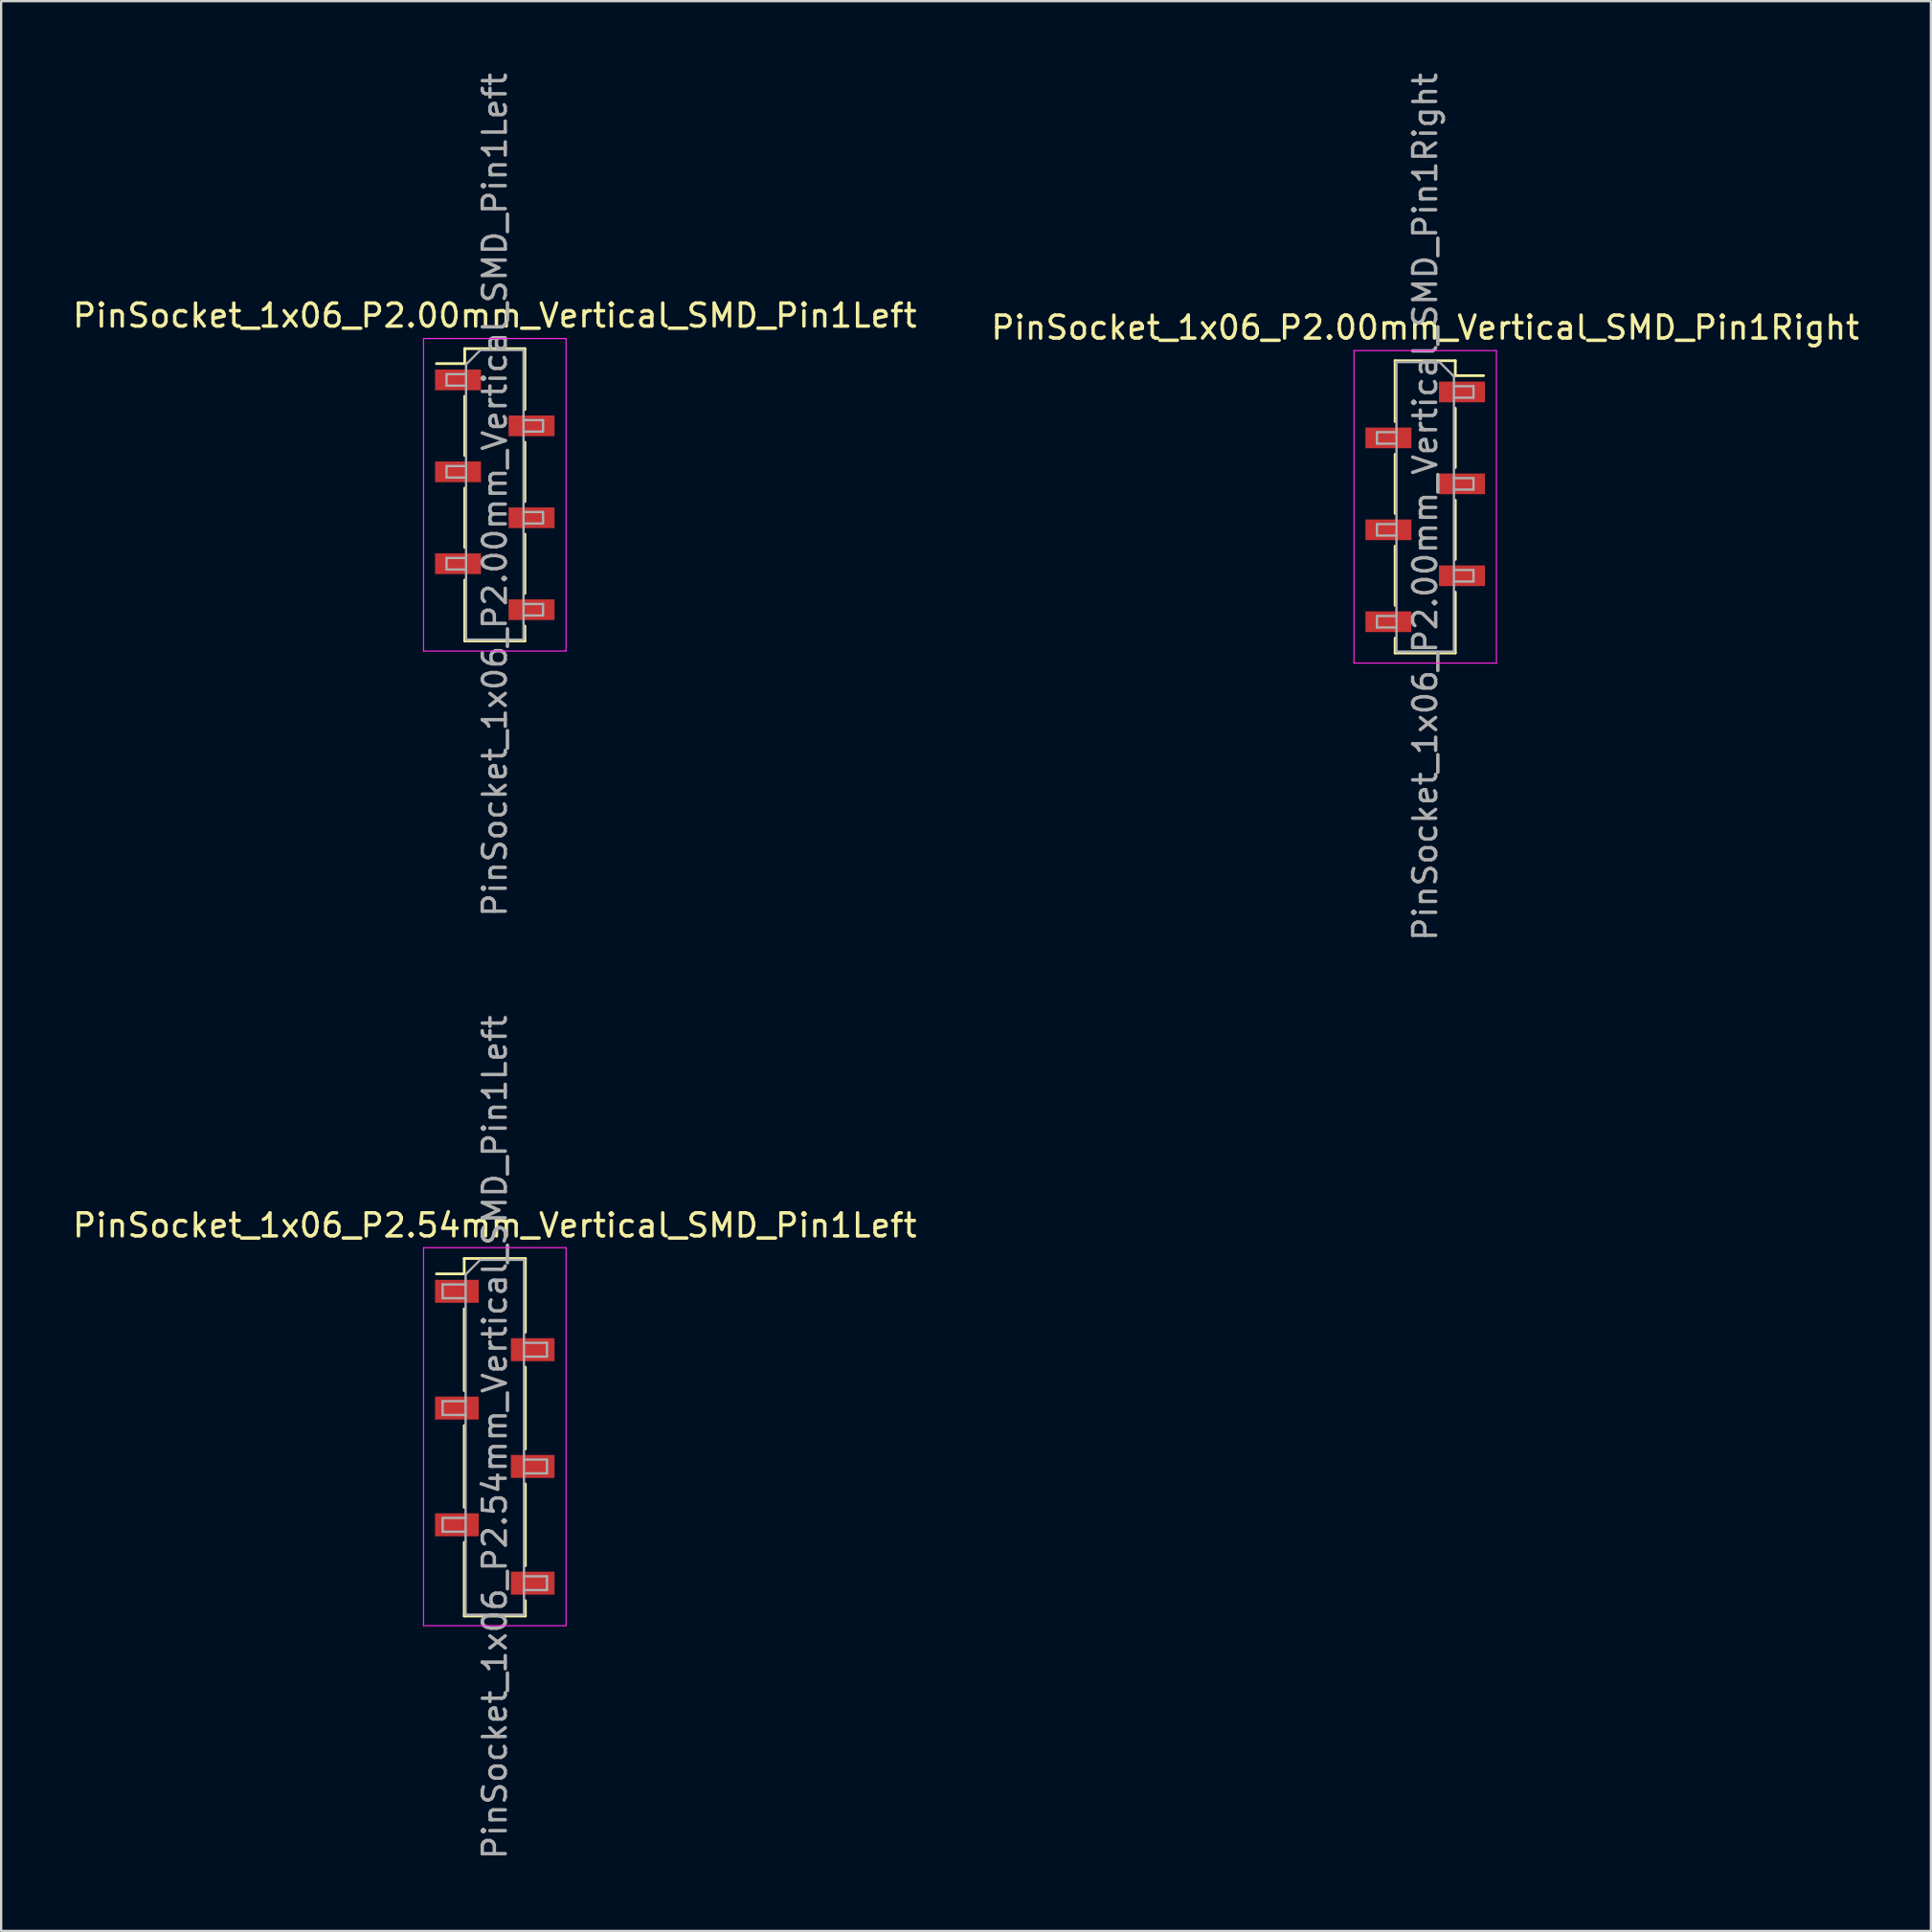
<source format=kicad_pcb>
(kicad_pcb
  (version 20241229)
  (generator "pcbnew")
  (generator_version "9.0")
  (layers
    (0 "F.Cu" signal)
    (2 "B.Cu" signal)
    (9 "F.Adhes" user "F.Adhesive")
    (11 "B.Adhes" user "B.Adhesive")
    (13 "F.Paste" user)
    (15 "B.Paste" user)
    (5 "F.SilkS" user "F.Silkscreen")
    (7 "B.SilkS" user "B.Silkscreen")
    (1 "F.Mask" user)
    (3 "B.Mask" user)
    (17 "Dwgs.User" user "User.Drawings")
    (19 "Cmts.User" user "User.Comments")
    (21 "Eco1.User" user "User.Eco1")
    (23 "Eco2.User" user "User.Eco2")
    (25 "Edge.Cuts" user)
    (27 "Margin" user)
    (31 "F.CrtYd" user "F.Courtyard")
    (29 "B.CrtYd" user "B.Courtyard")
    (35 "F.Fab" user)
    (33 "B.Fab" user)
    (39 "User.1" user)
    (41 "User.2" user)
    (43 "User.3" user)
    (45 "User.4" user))
  (footprint "PinSocket_1x06_P2.00mm_Vertical_SMD_Pin1Right"
    (layer "F.Cu")
    (at 58.97 19.006)
    (property "Reference" "PinSocket_1x06_P2.00mm_Vertical_SMD_Pin1Right" (at 0 -7.8 0) (layer "F.SilkS") (effects (font (size 1 1) (thickness 0.15))))
    (attr smd)
    (fp_line (start -1.31 -6.36) (end -1.31 -3.71) (stroke (width 0.12) (type solid)) (layer "F.SilkS"))
    (fp_line (start -1.31 -6.36) (end 1.31 -6.36) (stroke (width 0.12) (type solid)) (layer "F.SilkS"))
    (fp_line (start -1.31 -2.29) (end -1.31 0.29) (stroke (width 0.12) (type solid)) (layer "F.SilkS"))
    (fp_line (start -1.31 1.71) (end -1.31 4.29) (stroke (width 0.12) (type solid)) (layer "F.SilkS"))
    (fp_line (start -1.31 5.71) (end -1.31 6.36) (stroke (width 0.12) (type solid)) (layer "F.SilkS"))
    (fp_line (start -1.31 6.36) (end 1.31 6.36) (stroke (width 0.12) (type solid)) (layer "F.SilkS"))
    (fp_line (start 1.31 -6.36) (end 1.31 -5.71) (stroke (width 0.12) (type solid)) (layer "F.SilkS"))
    (fp_line (start 1.31 -5.71) (end 2.54 -5.71) (stroke (width 0.12) (type solid)) (layer "F.SilkS"))
    (fp_line (start 1.31 -4.29) (end 1.31 -1.71) (stroke (width 0.12) (type solid)) (layer "F.SilkS"))
    (fp_line (start 1.31 -0.29) (end 1.31 2.29) (stroke (width 0.12) (type solid)) (layer "F.SilkS"))
    (fp_line (start 1.31 3.71) (end 1.31 6.36) (stroke (width 0.12) (type solid)) (layer "F.SilkS"))
    (fp_line (start -3.1 -6.8) (end 3.1 -6.8) (stroke (width 0.05) (type solid)) (layer "F.CrtYd"))
    (fp_line (start -3.1 6.8) (end -3.1 -6.8) (stroke (width 0.05) (type solid)) (layer "F.CrtYd"))
    (fp_line (start 3.1 -6.8) (end 3.1 6.8) (stroke (width 0.05) (type solid)) (layer "F.CrtYd"))
    (fp_line (start 3.1 6.8) (end -3.1 6.8) (stroke (width 0.05) (type solid)) (layer "F.CrtYd"))
    (fp_line (start -2.1 -3.25) (end -1.25 -3.25) (stroke (width 0.1) (type solid)) (layer "F.Fab"))
    (fp_line (start -2.1 -2.75) (end -2.1 -3.25) (stroke (width 0.1) (type solid)) (layer "F.Fab"))
    (fp_line (start -2.1 0.75) (end -1.25 0.75) (stroke (width 0.1) (type solid)) (layer "F.Fab"))
    (fp_line (start -2.1 1.25) (end -2.1 0.75) (stroke (width 0.1) (type solid)) (layer "F.Fab"))
    (fp_line (start -2.1 4.75) (end -1.25 4.75) (stroke (width 0.1) (type solid)) (layer "F.Fab"))
    (fp_line (start -2.1 5.25) (end -2.1 4.75) (stroke (width 0.1) (type solid)) (layer "F.Fab"))
    (fp_line (start -1.25 -6.3) (end 0.625 -6.3) (stroke (width 0.1) (type solid)) (layer "F.Fab"))
    (fp_line (start -1.25 -2.75) (end -2.1 -2.75) (stroke (width 0.1) (type solid)) (layer "F.Fab"))
    (fp_line (start -1.25 1.25) (end -2.1 1.25) (stroke (width 0.1) (type solid)) (layer "F.Fab"))
    (fp_line (start -1.25 5.25) (end -2.1 5.25) (stroke (width 0.1) (type solid)) (layer "F.Fab"))
    (fp_line (start -1.25 6.3) (end -1.25 -6.3) (stroke (width 0.1) (type solid)) (layer "F.Fab"))
    (fp_line (start 0.625 -6.3) (end 1.25 -5.675) (stroke (width 0.1) (type solid)) (layer "F.Fab"))
    (fp_line (start 1.25 -5.675) (end 1.25 6.3) (stroke (width 0.1) (type solid)) (layer "F.Fab"))
    (fp_line (start 1.25 -5.25) (end 2.1 -5.25) (stroke (width 0.1) (type solid)) (layer "F.Fab"))
    (fp_line (start 1.25 -1.25) (end 2.1 -1.25) (stroke (width 0.1) (type solid)) (layer "F.Fab"))
    (fp_line (start 1.25 2.75) (end 2.1 2.75) (stroke (width 0.1) (type solid)) (layer "F.Fab"))
    (fp_line (start 1.25 6.3) (end -1.25 6.3) (stroke (width 0.1) (type solid)) (layer "F.Fab"))
    (fp_line (start 2.1 -5.25) (end 2.1 -4.75) (stroke (width 0.1) (type solid)) (layer "F.Fab"))
    (fp_line (start 2.1 -4.75) (end 1.25 -4.75) (stroke (width 0.1) (type solid)) (layer "F.Fab"))
    (fp_line (start 2.1 -1.25) (end 2.1 -0.75) (stroke (width 0.1) (type solid)) (layer "F.Fab"))
    (fp_line (start 2.1 -0.75) (end 1.25 -0.75) (stroke (width 0.1) (type solid)) (layer "F.Fab"))
    (fp_line (start 2.1 2.75) (end 2.1 3.25) (stroke (width 0.1) (type solid)) (layer "F.Fab"))
    (fp_line (start 2.1 3.25) (end 1.25 3.25) (stroke (width 0.1) (type solid)) (layer "F.Fab"))
    (fp_text user "${REFERENCE}" (at 0 0 90) (layer "F.Fab") (effects (font (size 1 1) (thickness 0.15))))
    (pad "1" smd rect (at 1.6 -5) (size 2 0.9) (layers "F.Cu" "F.Mask" "F.Paste"))
    (pad "2" smd rect (at -1.6 -3) (size 2 0.9) (layers "F.Cu" "F.Mask" "F.Paste"))
    (pad "3" smd rect (at 1.6 -1) (size 2 0.9) (layers "F.Cu" "F.Mask" "F.Paste"))
    (pad "4" smd rect (at -1.6 1) (size 2 0.9) (layers "F.Cu" "F.Mask" "F.Paste"))
    (pad "5" smd rect (at 1.6 3) (size 2 0.9) (layers "F.Cu" "F.Mask" "F.Paste"))
    (pad "6" smd rect (at -1.6 5) (size 2 0.9) (layers "F.Cu" "F.Mask" "F.Paste")))
  (footprint "PinSocket_1x06_P2.00mm_Vertical_SMD_Pin1Left"
    (layer "F.Cu")
    (at 18.482 18.482)
    (property "Reference" "PinSocket_1x06_P2.00mm_Vertical_SMD_Pin1Left" (at 0 -7.8 0) (layer "F.SilkS") (effects (font (size 1 1) (thickness 0.15))))
    (attr smd)
    (fp_line (start -2.54 -5.71) (end -1.31 -5.71) (stroke (width 0.12) (type solid)) (layer "F.SilkS"))
    (fp_line (start -1.31 -6.36) (end -1.31 -5.71) (stroke (width 0.12) (type solid)) (layer "F.SilkS"))
    (fp_line (start -1.31 -6.36) (end 1.31 -6.36) (stroke (width 0.12) (type solid)) (layer "F.SilkS"))
    (fp_line (start -1.31 -4.29) (end -1.31 -1.71) (stroke (width 0.12) (type solid)) (layer "F.SilkS"))
    (fp_line (start -1.31 -0.29) (end -1.31 2.29) (stroke (width 0.12) (type solid)) (layer "F.SilkS"))
    (fp_line (start -1.31 3.71) (end -1.31 6.36) (stroke (width 0.12) (type solid)) (layer "F.SilkS"))
    (fp_line (start -1.31 6.36) (end 1.31 6.36) (stroke (width 0.12) (type solid)) (layer "F.SilkS"))
    (fp_line (start 1.31 -6.36) (end 1.31 -3.71) (stroke (width 0.12) (type solid)) (layer "F.SilkS"))
    (fp_line (start 1.31 -2.29) (end 1.31 0.29) (stroke (width 0.12) (type solid)) (layer "F.SilkS"))
    (fp_line (start 1.31 1.71) (end 1.31 4.29) (stroke (width 0.12) (type solid)) (layer "F.SilkS"))
    (fp_line (start 1.31 5.71) (end 1.31 6.36) (stroke (width 0.12) (type solid)) (layer "F.SilkS"))
    (fp_line (start -3.1 -6.8) (end 3.1 -6.8) (stroke (width 0.05) (type solid)) (layer "F.CrtYd"))
    (fp_line (start -3.1 6.8) (end -3.1 -6.8) (stroke (width 0.05) (type solid)) (layer "F.CrtYd"))
    (fp_line (start 3.1 -6.8) (end 3.1 6.8) (stroke (width 0.05) (type solid)) (layer "F.CrtYd"))
    (fp_line (start 3.1 6.8) (end -3.1 6.8) (stroke (width 0.05) (type solid)) (layer "F.CrtYd"))
    (fp_line (start -2.1 -5.25) (end -1.25 -5.25) (stroke (width 0.1) (type solid)) (layer "F.Fab"))
    (fp_line (start -2.1 -4.75) (end -2.1 -5.25) (stroke (width 0.1) (type solid)) (layer "F.Fab"))
    (fp_line (start -2.1 -1.25) (end -1.25 -1.25) (stroke (width 0.1) (type solid)) (layer "F.Fab"))
    (fp_line (start -2.1 -0.75) (end -2.1 -1.25) (stroke (width 0.1) (type solid)) (layer "F.Fab"))
    (fp_line (start -2.1 2.75) (end -1.25 2.75) (stroke (width 0.1) (type solid)) (layer "F.Fab"))
    (fp_line (start -2.1 3.25) (end -2.1 2.75) (stroke (width 0.1) (type solid)) (layer "F.Fab"))
    (fp_line (start -1.25 -5.675) (end -0.625 -6.3) (stroke (width 0.1) (type solid)) (layer "F.Fab"))
    (fp_line (start -1.25 -4.75) (end -2.1 -4.75) (stroke (width 0.1) (type solid)) (layer "F.Fab"))
    (fp_line (start -1.25 -0.75) (end -2.1 -0.75) (stroke (width 0.1) (type solid)) (layer "F.Fab"))
    (fp_line (start -1.25 3.25) (end -2.1 3.25) (stroke (width 0.1) (type solid)) (layer "F.Fab"))
    (fp_line (start -1.25 6.3) (end -1.25 -5.675) (stroke (width 0.1) (type solid)) (layer "F.Fab"))
    (fp_line (start -0.625 -6.3) (end 1.25 -6.3) (stroke (width 0.1) (type solid)) (layer "F.Fab"))
    (fp_line (start 1.25 -6.3) (end 1.25 6.3) (stroke (width 0.1) (type solid)) (layer "F.Fab"))
    (fp_line (start 1.25 -3.25) (end 2.1 -3.25) (stroke (width 0.1) (type solid)) (layer "F.Fab"))
    (fp_line (start 1.25 0.75) (end 2.1 0.75) (stroke (width 0.1) (type solid)) (layer "F.Fab"))
    (fp_line (start 1.25 4.75) (end 2.1 4.75) (stroke (width 0.1) (type solid)) (layer "F.Fab"))
    (fp_line (start 1.25 6.3) (end -1.25 6.3) (stroke (width 0.1) (type solid)) (layer "F.Fab"))
    (fp_line (start 2.1 -3.25) (end 2.1 -2.75) (stroke (width 0.1) (type solid)) (layer "F.Fab"))
    (fp_line (start 2.1 -2.75) (end 1.25 -2.75) (stroke (width 0.1) (type solid)) (layer "F.Fab"))
    (fp_line (start 2.1 0.75) (end 2.1 1.25) (stroke (width 0.1) (type solid)) (layer "F.Fab"))
    (fp_line (start 2.1 1.25) (end 1.25 1.25) (stroke (width 0.1) (type solid)) (layer "F.Fab"))
    (fp_line (start 2.1 4.75) (end 2.1 5.25) (stroke (width 0.1) (type solid)) (layer "F.Fab"))
    (fp_line (start 2.1 5.25) (end 1.25 5.25) (stroke (width 0.1) (type solid)) (layer "F.Fab"))
    (fp_text user "${REFERENCE}" (at 0 0 90) (layer "F.Fab") (effects (font (size 1 1) (thickness 0.15))))
    (pad "1" smd rect (at -1.6 -5) (size 2 0.9) (layers "F.Cu" "F.Mask" "F.Paste"))
    (pad "2" smd rect (at 1.6 -3) (size 2 0.9) (layers "F.Cu" "F.Mask" "F.Paste"))
    (pad "3" smd rect (at -1.6 -1) (size 2 0.9) (layers "F.Cu" "F.Mask" "F.Paste"))
    (pad "4" smd rect (at 1.6 1) (size 2 0.9) (layers "F.Cu" "F.Mask" "F.Paste"))
    (pad "5" smd rect (at -1.6 3) (size 2 0.9) (layers "F.Cu" "F.Mask" "F.Paste"))
    (pad "6" smd rect (at 1.6 5) (size 2 0.9) (layers "F.Cu" "F.Mask" "F.Paste")))
  (footprint "PinSocket_1x06_P2.54mm_Vertical_SMD_Pin1Left"
    (layer "F.Cu")
    (at 18.482 59.494)
    (property "Reference" "PinSocket_1x06_P2.54mm_Vertical_SMD_Pin1Left" (at 0 -9.22 0) (layer "F.SilkS") (effects (font (size 1 1) (thickness 0.15))))
    (attr smd)
    (fp_line (start -2.54 -7.11) (end -1.33 -7.11) (stroke (width 0.12) (type solid)) (layer "F.SilkS"))
    (fp_line (start -1.33 -7.78) (end -1.33 -7.11) (stroke (width 0.12) (type solid)) (layer "F.SilkS"))
    (fp_line (start -1.33 -7.78) (end 1.33 -7.78) (stroke (width 0.12) (type solid)) (layer "F.SilkS"))
    (fp_line (start -1.33 -5.59) (end -1.33 -2.03) (stroke (width 0.12) (type solid)) (layer "F.SilkS"))
    (fp_line (start -1.33 -0.51) (end -1.33 3.05) (stroke (width 0.12) (type solid)) (layer "F.SilkS"))
    (fp_line (start -1.33 4.57) (end -1.33 7.78) (stroke (width 0.12) (type solid)) (layer "F.SilkS"))
    (fp_line (start -1.33 7.78) (end 1.33 7.78) (stroke (width 0.12) (type solid)) (layer "F.SilkS"))
    (fp_line (start 1.33 -7.78) (end 1.33 -4.57) (stroke (width 0.12) (type solid)) (layer "F.SilkS"))
    (fp_line (start 1.33 -3.05) (end 1.33 0.51) (stroke (width 0.12) (type solid)) (layer "F.SilkS"))
    (fp_line (start 1.33 2.03) (end 1.33 5.59) (stroke (width 0.12) (type solid)) (layer "F.SilkS"))
    (fp_line (start 1.33 7.11) (end 1.33 7.78) (stroke (width 0.12) (type solid)) (layer "F.SilkS"))
    (fp_line (start -3.1 -8.25) (end 3.1 -8.25) (stroke (width 0.05) (type solid)) (layer "F.CrtYd"))
    (fp_line (start -3.1 8.2) (end -3.1 -8.25) (stroke (width 0.05) (type solid)) (layer "F.CrtYd"))
    (fp_line (start 3.1 -8.25) (end 3.1 8.2) (stroke (width 0.05) (type solid)) (layer "F.CrtYd"))
    (fp_line (start 3.1 8.2) (end -3.1 8.2) (stroke (width 0.05) (type solid)) (layer "F.CrtYd"))
    (fp_line (start -2.27 -6.65) (end -1.27 -6.65) (stroke (width 0.1) (type solid)) (layer "F.Fab"))
    (fp_line (start -2.27 -6.05) (end -2.27 -6.65) (stroke (width 0.1) (type solid)) (layer "F.Fab"))
    (fp_line (start -2.27 -1.57) (end -1.27 -1.57) (stroke (width 0.1) (type solid)) (layer "F.Fab"))
    (fp_line (start -2.27 -0.97) (end -2.27 -1.57) (stroke (width 0.1) (type solid)) (layer "F.Fab"))
    (fp_line (start -2.27 3.51) (end -1.27 3.51) (stroke (width 0.1) (type solid)) (layer "F.Fab"))
    (fp_line (start -2.27 4.11) (end -2.27 3.51) (stroke (width 0.1) (type solid)) (layer "F.Fab"))
    (fp_line (start -1.27 -7.085) (end -0.635 -7.72) (stroke (width 0.1) (type solid)) (layer "F.Fab"))
    (fp_line (start -1.27 -6.05) (end -2.27 -6.05) (stroke (width 0.1) (type solid)) (layer "F.Fab"))
    (fp_line (start -1.27 -0.97) (end -2.27 -0.97) (stroke (width 0.1) (type solid)) (layer "F.Fab"))
    (fp_line (start -1.27 4.11) (end -2.27 4.11) (stroke (width 0.1) (type solid)) (layer "F.Fab"))
    (fp_line (start -1.27 7.72) (end -1.27 -7.085) (stroke (width 0.1) (type solid)) (layer "F.Fab"))
    (fp_line (start -0.635 -7.72) (end 1.27 -7.72) (stroke (width 0.1) (type solid)) (layer "F.Fab"))
    (fp_line (start 1.27 -7.72) (end 1.27 7.72) (stroke (width 0.1) (type solid)) (layer "F.Fab"))
    (fp_line (start 1.27 -4.11) (end 2.27 -4.11) (stroke (width 0.1) (type solid)) (layer "F.Fab"))
    (fp_line (start 1.27 0.97) (end 2.27 0.97) (stroke (width 0.1) (type solid)) (layer "F.Fab"))
    (fp_line (start 1.27 6.05) (end 2.27 6.05) (stroke (width 0.1) (type solid)) (layer "F.Fab"))
    (fp_line (start 1.27 7.72) (end -1.27 7.72) (stroke (width 0.1) (type solid)) (layer "F.Fab"))
    (fp_line (start 2.27 -4.11) (end 2.27 -3.51) (stroke (width 0.1) (type solid)) (layer "F.Fab"))
    (fp_line (start 2.27 -3.51) (end 1.27 -3.51) (stroke (width 0.1) (type solid)) (layer "F.Fab"))
    (fp_line (start 2.27 0.97) (end 2.27 1.57) (stroke (width 0.1) (type solid)) (layer "F.Fab"))
    (fp_line (start 2.27 1.57) (end 1.27 1.57) (stroke (width 0.1) (type solid)) (layer "F.Fab"))
    (fp_line (start 2.27 6.05) (end 2.27 6.65) (stroke (width 0.1) (type solid)) (layer "F.Fab"))
    (fp_line (start 2.27 6.65) (end 1.27 6.65) (stroke (width 0.1) (type solid)) (layer "F.Fab"))
    (fp_text user "${REFERENCE}" (at 0 0 90) (layer "F.Fab") (effects (font (size 1 1) (thickness 0.15))))
    (pad "1" smd rect (at -1.65 -6.35) (size 1.9 1) (layers "F.Cu" "F.Mask" "F.Paste"))
    (pad "2" smd rect (at 1.65 -3.81) (size 1.9 1) (layers "F.Cu" "F.Mask" "F.Paste"))
    (pad "3" smd rect (at -1.65 -1.27) (size 1.9 1) (layers "F.Cu" "F.Mask" "F.Paste"))
    (pad "4" smd rect (at 1.65 1.27) (size 1.9 1) (layers "F.Cu" "F.Mask" "F.Paste"))
    (pad "5" smd rect (at -1.65 3.81) (size 1.9 1) (layers "F.Cu" "F.Mask" "F.Paste"))
    (pad "6" smd rect (at 1.65 6.35) (size 1.9 1) (layers "F.Cu" "F.Mask" "F.Paste")))
  (gr_rect
    (start -3 -3)
    (end 80.976 80.976)
    (stroke (width 0.1) (type default))
    (fill no)
    (layer "Edge.Cuts")))
</source>
